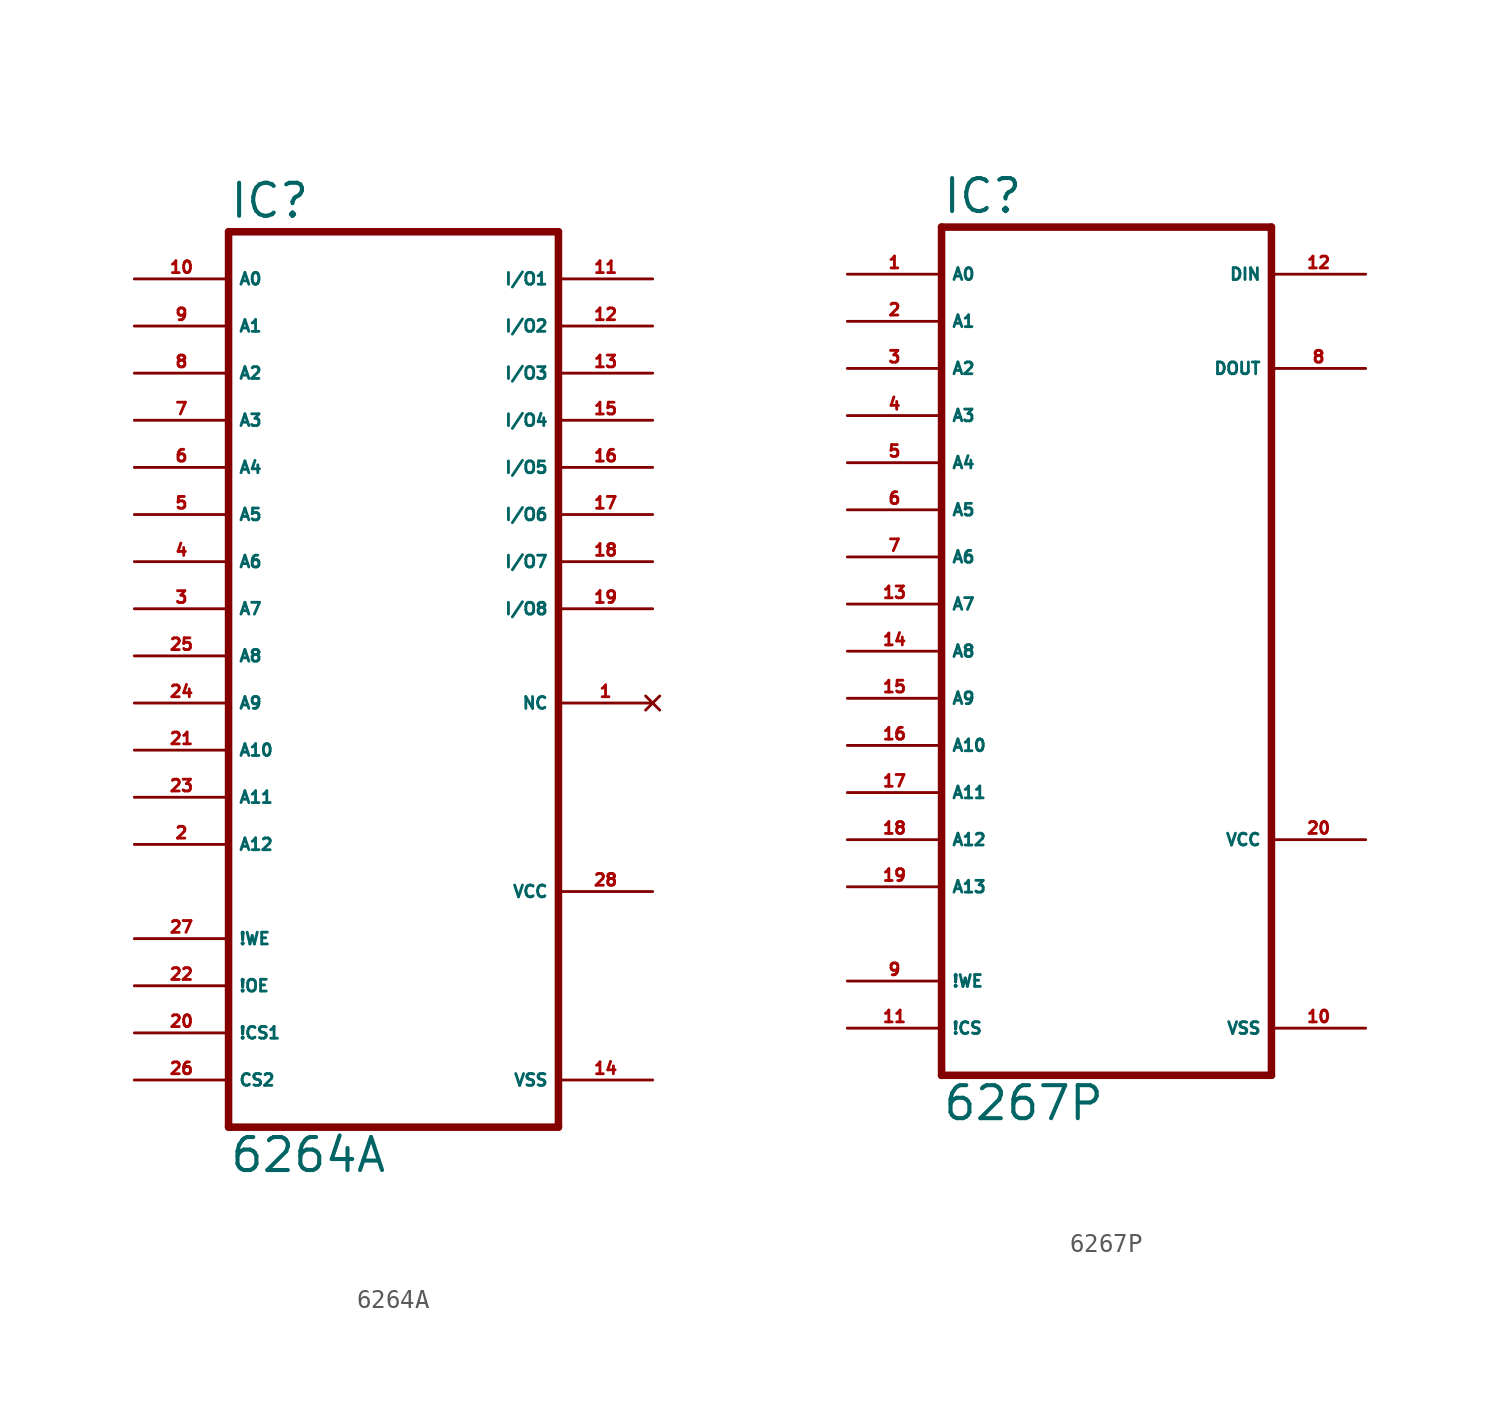
<source format=kicad_sym>
(kicad_symbol_lib
  (version 20220914)
  (generator Eagle2Kicad)
  (symbol "6264A"
    (property "Reference" "IC"
      (at -10.16 23.495 0)
      (effects (font (size 1.778 1.778) (thickness 0.22)) (justify left bottom)))
    (property "Value" "6264A"
      (at -10.16 -27.94 0)
      (effects (font (size 1.778 1.778) (thickness 0.22)) (justify left bottom)))
    (polyline
      (pts (xy -10.16 -25.4) (xy 7.62 -25.4))
      (stroke (width 0.406) (type default))
      (fill (type none)))
    (polyline
      (pts (xy 7.62 22.86) (xy 7.62 -25.4))
      (stroke (width 0.406) (type default))
      (fill (type none)))
    (polyline
      (pts (xy 7.62 22.86) (xy -10.16 22.86))
      (stroke (width 0.406) (type default))
      (fill (type none)))
    (polyline
      (pts (xy -10.16 -25.4) (xy -10.16 22.86))
      (stroke (width 0.406) (type default))
      (fill (type none)))
    (pin input line
      (at -15.24 20.32 0)
      (length 5.08)
      (name "A0" (effects (font (size 0.635 0.635) (thickness 0.08)) (justify left bottom)))
      (number "10" (effects (font (size 0.635 0.635) (thickness 0.08)) (justify left bottom))))
    (pin input line
      (at -15.24 17.78 0)
      (length 5.08)
      (name "A1" (effects (font (size 0.635 0.635) (thickness 0.08)) (justify left bottom)))
      (number "9" (effects (font (size 0.635 0.635) (thickness 0.08)) (justify left bottom))))
    (pin input line
      (at -15.24 15.24 0)
      (length 5.08)
      (name "A2" (effects (font (size 0.635 0.635) (thickness 0.08)) (justify left bottom)))
      (number "8" (effects (font (size 0.635 0.635) (thickness 0.08)) (justify left bottom))))
    (pin input line
      (at -15.24 12.7 0)
      (length 5.08)
      (name "A3" (effects (font (size 0.635 0.635) (thickness 0.08)) (justify left bottom)))
      (number "7" (effects (font (size 0.635 0.635) (thickness 0.08)) (justify left bottom))))
    (pin input line
      (at -15.24 10.16 0)
      (length 5.08)
      (name "A4" (effects (font (size 0.635 0.635) (thickness 0.08)) (justify left bottom)))
      (number "6" (effects (font (size 0.635 0.635) (thickness 0.08)) (justify left bottom))))
    (pin input line
      (at -15.24 7.62 0)
      (length 5.08)
      (name "A5" (effects (font (size 0.635 0.635) (thickness 0.08)) (justify left bottom)))
      (number "5" (effects (font (size 0.635 0.635) (thickness 0.08)) (justify left bottom))))
    (pin input line
      (at -15.24 5.08 0)
      (length 5.08)
      (name "A6" (effects (font (size 0.635 0.635) (thickness 0.08)) (justify left bottom)))
      (number "4" (effects (font (size 0.635 0.635) (thickness 0.08)) (justify left bottom))))
    (pin input line
      (at -15.24 2.54 0)
      (length 5.08)
      (name "A7" (effects (font (size 0.635 0.635) (thickness 0.08)) (justify left bottom)))
      (number "3" (effects (font (size 0.635 0.635) (thickness 0.08)) (justify left bottom))))
    (pin input line
      (at -15.24 0 0)
      (length 5.08)
      (name "A8" (effects (font (size 0.635 0.635) (thickness 0.08)) (justify left bottom)))
      (number "25" (effects (font (size 0.635 0.635) (thickness 0.08)) (justify left bottom))))
    (pin input line
      (at -15.24 -2.54 0)
      (length 5.08)
      (name "A9" (effects (font (size 0.635 0.635) (thickness 0.08)) (justify left bottom)))
      (number "24" (effects (font (size 0.635 0.635) (thickness 0.08)) (justify left bottom))))
    (pin input line
      (at -15.24 -5.08 0)
      (length 5.08)
      (name "A10" (effects (font (size 0.635 0.635) (thickness 0.08)) (justify left bottom)))
      (number "21" (effects (font (size 0.635 0.635) (thickness 0.08)) (justify left bottom))))
    (pin input line
      (at -15.24 -7.62 0)
      (length 5.08)
      (name "A11" (effects (font (size 0.635 0.635) (thickness 0.08)) (justify left bottom)))
      (number "23" (effects (font (size 0.635 0.635) (thickness 0.08)) (justify left bottom))))
    (pin input line
      (at -15.24 -10.16 0)
      (length 5.08)
      (name "A12" (effects (font (size 0.635 0.635) (thickness 0.08)) (justify left bottom)))
      (number "2" (effects (font (size 0.635 0.635) (thickness 0.08)) (justify left bottom))))
    (pin input line
      (at -15.24 -15.24 0)
      (length 5.08)
      (name "!WE" (effects (font (size 0.635 0.635) (thickness 0.08)) (justify left bottom)))
      (number "27" (effects (font (size 0.635 0.635) (thickness 0.08)) (justify left bottom))))
    (pin input line
      (at -15.24 -17.78 0)
      (length 5.08)
      (name "!OE" (effects (font (size 0.635 0.635) (thickness 0.08)) (justify left bottom)))
      (number "22" (effects (font (size 0.635 0.635) (thickness 0.08)) (justify left bottom))))
    (pin input line
      (at -15.24 -20.32 0)
      (length 5.08)
      (name "!CS1" (effects (font (size 0.635 0.635) (thickness 0.08)) (justify left bottom)))
      (number "20" (effects (font (size 0.635 0.635) (thickness 0.08)) (justify left bottom))))
    (pin bidirectional line
      (at 12.7 20.32 180)
      (length 5.08)
      (name "I/O1" (effects (font (size 0.635 0.635) (thickness 0.08)) (justify left bottom)))
      (number "11" (effects (font (size 0.635 0.635) (thickness 0.08)) (justify left bottom))))
    (pin bidirectional line
      (at 12.7 17.78 180)
      (length 5.08)
      (name "I/O2" (effects (font (size 0.635 0.635) (thickness 0.08)) (justify left bottom)))
      (number "12" (effects (font (size 0.635 0.635) (thickness 0.08)) (justify left bottom))))
    (pin bidirectional line
      (at 12.7 15.24 180)
      (length 5.08)
      (name "I/O3" (effects (font (size 0.635 0.635) (thickness 0.08)) (justify left bottom)))
      (number "13" (effects (font (size 0.635 0.635) (thickness 0.08)) (justify left bottom))))
    (pin bidirectional line
      (at 12.7 12.7 180)
      (length 5.08)
      (name "I/O4" (effects (font (size 0.635 0.635) (thickness 0.08)) (justify left bottom)))
      (number "15" (effects (font (size 0.635 0.635) (thickness 0.08)) (justify left bottom))))
    (pin bidirectional line
      (at 12.7 10.16 180)
      (length 5.08)
      (name "I/O5" (effects (font (size 0.635 0.635) (thickness 0.08)) (justify left bottom)))
      (number "16" (effects (font (size 0.635 0.635) (thickness 0.08)) (justify left bottom))))
    (pin bidirectional line
      (at 12.7 7.62 180)
      (length 5.08)
      (name "I/O6" (effects (font (size 0.635 0.635) (thickness 0.08)) (justify left bottom)))
      (number "17" (effects (font (size 0.635 0.635) (thickness 0.08)) (justify left bottom))))
    (pin bidirectional line
      (at 12.7 5.08 180)
      (length 5.08)
      (name "I/O7" (effects (font (size 0.635 0.635) (thickness 0.08)) (justify left bottom)))
      (number "18" (effects (font (size 0.635 0.635) (thickness 0.08)) (justify left bottom))))
    (pin bidirectional line
      (at 12.7 2.54 180)
      (length 5.08)
      (name "I/O8" (effects (font (size 0.635 0.635) (thickness 0.08)) (justify left bottom)))
      (number "19" (effects (font (size 0.635 0.635) (thickness 0.08)) (justify left bottom))))
    (pin unspecified line
      (at 12.7 -22.86 180)
      (length 5.08)
      (name "VSS" (effects (font (size 0.635 0.635) (thickness 0.08)) (justify left bottom)))
      (number "14" (effects (font (size 0.635 0.635) (thickness 0.08)) (justify left bottom))))
    (pin unspecified line
      (at 12.7 -12.7 180)
      (length 5.08)
      (name "VCC" (effects (font (size 0.635 0.635) (thickness 0.08)) (justify left bottom)))
      (number "28" (effects (font (size 0.635 0.635) (thickness 0.08)) (justify left bottom))))
    (pin no_connect line
      (at 12.7 -2.54 180)
      (length 5.08)
      (name "NC" (effects (font (size 0.635 0.635) (thickness 0.08)) (justify left bottom) hide))
      (number "1" (effects (font (size 0.635 0.635) (thickness 0.08)) (justify left bottom) hide)))
    (pin input line
      (at -15.24 -22.86 0)
      (length 5.08)
      (name "CS2" (effects (font (size 0.635 0.635) (thickness 0.08)) (justify left bottom)))
      (number "26" (effects (font (size 0.635 0.635) (thickness 0.08)) (justify left bottom)))))
  (symbol "6267P"
    (property "Reference" "IC"
      (at -10.16 20.955 0)
      (effects (font (size 1.778 1.778) (thickness 0.22)) (justify left bottom)))
    (property "Value" "6267P"
      (at -10.16 -27.94 0)
      (effects (font (size 1.778 1.778) (thickness 0.22)) (justify left bottom)))
    (polyline
      (pts (xy -10.16 -25.4) (xy 7.62 -25.4))
      (stroke (width 0.406) (type default))
      (fill (type none)))
    (polyline
      (pts (xy 7.62 20.32) (xy 7.62 -25.4))
      (stroke (width 0.406) (type default))
      (fill (type none)))
    (polyline
      (pts (xy 7.62 20.32) (xy -10.16 20.32))
      (stroke (width 0.406) (type default))
      (fill (type none)))
    (polyline
      (pts (xy -10.16 -25.4) (xy -10.16 20.32))
      (stroke (width 0.406) (type default))
      (fill (type none)))
    (pin input line
      (at -15.24 17.78 0)
      (length 5.08)
      (name "A0" (effects (font (size 0.635 0.635) (thickness 0.08)) (justify left bottom)))
      (number "1" (effects (font (size 0.635 0.635) (thickness 0.08)) (justify left bottom))))
    (pin input line
      (at -15.24 15.24 0)
      (length 5.08)
      (name "A1" (effects (font (size 0.635 0.635) (thickness 0.08)) (justify left bottom)))
      (number "2" (effects (font (size 0.635 0.635) (thickness 0.08)) (justify left bottom))))
    (pin input line
      (at -15.24 12.7 0)
      (length 5.08)
      (name "A2" (effects (font (size 0.635 0.635) (thickness 0.08)) (justify left bottom)))
      (number "3" (effects (font (size 0.635 0.635) (thickness 0.08)) (justify left bottom))))
    (pin input line
      (at -15.24 10.16 0)
      (length 5.08)
      (name "A3" (effects (font (size 0.635 0.635) (thickness 0.08)) (justify left bottom)))
      (number "4" (effects (font (size 0.635 0.635) (thickness 0.08)) (justify left bottom))))
    (pin input line
      (at -15.24 7.62 0)
      (length 5.08)
      (name "A4" (effects (font (size 0.635 0.635) (thickness 0.08)) (justify left bottom)))
      (number "5" (effects (font (size 0.635 0.635) (thickness 0.08)) (justify left bottom))))
    (pin input line
      (at -15.24 5.08 0)
      (length 5.08)
      (name "A5" (effects (font (size 0.635 0.635) (thickness 0.08)) (justify left bottom)))
      (number "6" (effects (font (size 0.635 0.635) (thickness 0.08)) (justify left bottom))))
    (pin input line
      (at -15.24 2.54 0)
      (length 5.08)
      (name "A6" (effects (font (size 0.635 0.635) (thickness 0.08)) (justify left bottom)))
      (number "7" (effects (font (size 0.635 0.635) (thickness 0.08)) (justify left bottom))))
    (pin input line
      (at -15.24 0 0)
      (length 5.08)
      (name "A7" (effects (font (size 0.635 0.635) (thickness 0.08)) (justify left bottom)))
      (number "13" (effects (font (size 0.635 0.635) (thickness 0.08)) (justify left bottom))))
    (pin input line
      (at -15.24 -2.54 0)
      (length 5.08)
      (name "A8" (effects (font (size 0.635 0.635) (thickness 0.08)) (justify left bottom)))
      (number "14" (effects (font (size 0.635 0.635) (thickness 0.08)) (justify left bottom))))
    (pin input line
      (at -15.24 -5.08 0)
      (length 5.08)
      (name "A9" (effects (font (size 0.635 0.635) (thickness 0.08)) (justify left bottom)))
      (number "15" (effects (font (size 0.635 0.635) (thickness 0.08)) (justify left bottom))))
    (pin input line
      (at -15.24 -7.62 0)
      (length 5.08)
      (name "A10" (effects (font (size 0.635 0.635) (thickness 0.08)) (justify left bottom)))
      (number "16" (effects (font (size 0.635 0.635) (thickness 0.08)) (justify left bottom))))
    (pin input line
      (at -15.24 -10.16 0)
      (length 5.08)
      (name "A11" (effects (font (size 0.635 0.635) (thickness 0.08)) (justify left bottom)))
      (number "17" (effects (font (size 0.635 0.635) (thickness 0.08)) (justify left bottom))))
    (pin input line
      (at -15.24 -12.7 0)
      (length 5.08)
      (name "A12" (effects (font (size 0.635 0.635) (thickness 0.08)) (justify left bottom)))
      (number "18" (effects (font (size 0.635 0.635) (thickness 0.08)) (justify left bottom))))
    (pin input line
      (at -15.24 -15.24 0)
      (length 5.08)
      (name "A13" (effects (font (size 0.635 0.635) (thickness 0.08)) (justify left bottom)))
      (number "19" (effects (font (size 0.635 0.635) (thickness 0.08)) (justify left bottom))))
    (pin input line
      (at -15.24 -20.32 0)
      (length 5.08)
      (name "!WE" (effects (font (size 0.635 0.635) (thickness 0.08)) (justify left bottom)))
      (number "9" (effects (font (size 0.635 0.635) (thickness 0.08)) (justify left bottom))))
    (pin input line
      (at -15.24 -22.86 0)
      (length 5.08)
      (name "!CS" (effects (font (size 0.635 0.635) (thickness 0.08)) (justify left bottom)))
      (number "11" (effects (font (size 0.635 0.635) (thickness 0.08)) (justify left bottom))))
    (pin unspecified line
      (at 12.7 -22.86 180)
      (length 5.08)
      (name "VSS" (effects (font (size 0.635 0.635) (thickness 0.08)) (justify left bottom)))
      (number "10" (effects (font (size 0.635 0.635) (thickness 0.08)) (justify left bottom))))
    (pin unspecified line
      (at 12.7 -12.7 180)
      (length 5.08)
      (name "VCC" (effects (font (size 0.635 0.635) (thickness 0.08)) (justify left bottom)))
      (number "20" (effects (font (size 0.635 0.635) (thickness 0.08)) (justify left bottom))))
    (pin input line
      (at 12.7 17.78 180)
      (length 5.08)
      (name "DIN" (effects (font (size 0.635 0.635) (thickness 0.08)) (justify left bottom)))
      (number "12" (effects (font (size 0.635 0.635) (thickness 0.08)) (justify left bottom))))
    (pin tri_state line
      (at 12.7 12.7 180)
      (length 5.08)
      (name "DOUT" (effects (font (size 0.635 0.635) (thickness 0.08)) (justify left bottom)))
      (number "8" (effects (font (size 0.635 0.635) (thickness 0.08)) (justify left bottom))))))
</source>
